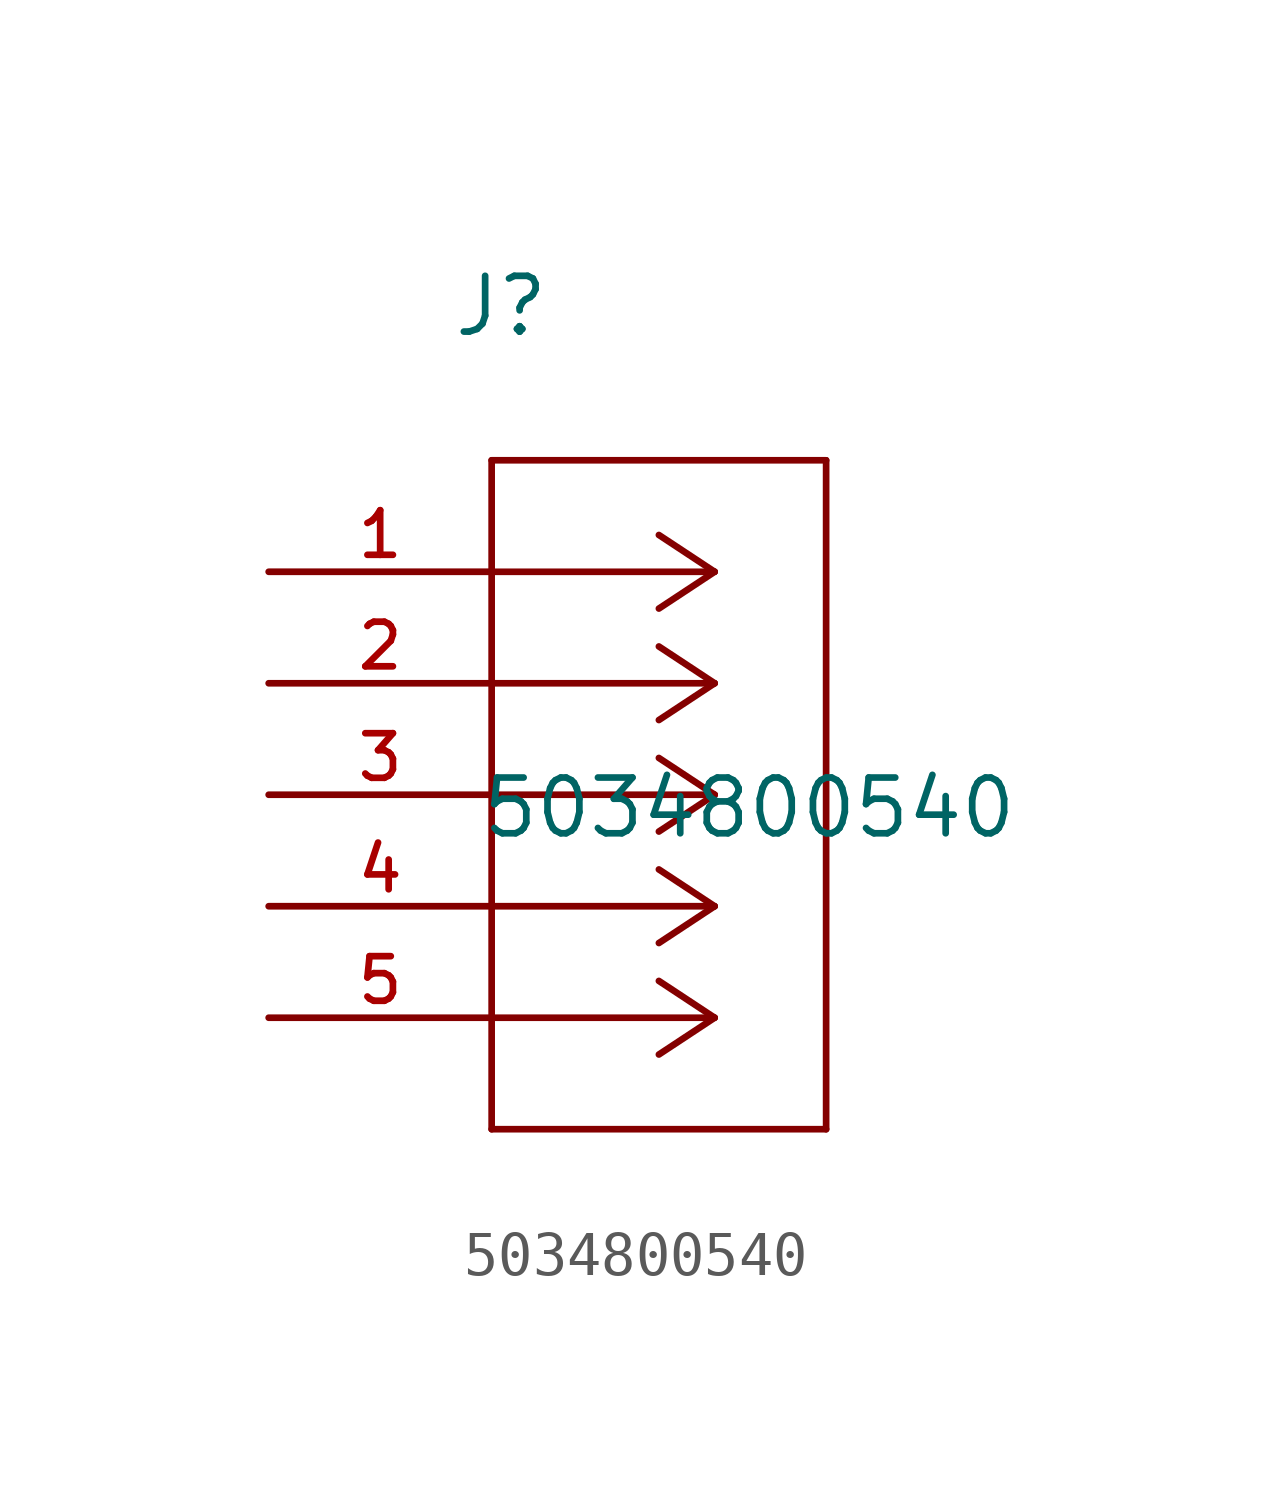
<source format=kicad_sym>
(kicad_symbol_lib
  (version 20211014)
  (generator kicad_symbol_editor)
  (symbol "5034800540"
    (pin_names
      (offset 1.016))
    (property "Reference" "J"
      (at 4.166 5.309 0.0)
      (effects (font (size 1.27 1.27)) (justify bottom left)))
    (property "Value" "5034800540"
      (at 4.801 -6.121 0.0)
      (effects (font (size 1.27 1.27)) (justify bottom left)))
    (symbol "5034800540_0_0"
      (polyline (pts (xy 10.16 0.0) (xy 5.08 0.0)) (stroke (width 0.152)))
      (polyline (pts (xy 10.16 -2.54) (xy 5.08 -2.54)) (stroke (width 0.152)))
      (polyline (pts (xy 10.16 -5.08) (xy 5.08 -5.08)) (stroke (width 0.152)))
      (polyline (pts (xy 10.16 -7.62) (xy 5.08 -7.62)) (stroke (width 0.152)))
      (polyline (pts (xy 10.16 -10.16) (xy 5.08 -10.16)) (stroke (width 0.152)))
      (polyline (pts (xy 10.16 0.0) (xy 8.89 0.838)) (stroke (width 0.152)))
      (polyline (pts (xy 10.16 -2.54) (xy 8.89 -1.702)) (stroke (width 0.152)))
      (polyline (pts (xy 10.16 -5.08) (xy 8.89 -4.242)) (stroke (width 0.152)))
      (polyline (pts (xy 10.16 -7.62) (xy 8.89 -6.782)) (stroke (width 0.152)))
      (polyline (pts (xy 10.16 -10.16) (xy 8.89 -9.322)) (stroke (width 0.152)))
      (polyline (pts (xy 10.16 0.0) (xy 8.89 -0.838)) (stroke (width 0.152)))
      (polyline (pts (xy 10.16 -2.54) (xy 8.89 -3.378)) (stroke (width 0.152)))
      (polyline (pts (xy 10.16 -5.08) (xy 8.89 -5.918)) (stroke (width 0.152)))
      (polyline (pts (xy 10.16 -7.62) (xy 8.89 -8.458)) (stroke (width 0.152)))
      (polyline (pts (xy 10.16 -10.16) (xy 8.89 -10.998)) (stroke (width 0.152)))
      (polyline (pts (xy 5.08 2.54) (xy 5.08 -12.7)) (stroke (width 0.152)))
      (polyline (pts (xy 5.08 -12.7) (xy 12.7 -12.7)) (stroke (width 0.152)))
      (polyline (pts (xy 12.7 -12.7) (xy 12.7 2.54)) (stroke (width 0.152)))
      (polyline (pts (xy 12.7 2.54) (xy 5.08 2.54)) (stroke (width 0.152)))
      (pin passive line (at 0.0 0.0 0) (length 5.08) (name "~" (effects (font (size 1.016 1.016)))) (number "1" (effects (font (size 1.016 1.016)))))
      (pin passive line (at 0.0 -2.54 0) (length 5.08) (name "~" (effects (font (size 1.016 1.016)))) (number "2" (effects (font (size 1.016 1.016)))))
      (pin passive line (at 0.0 -5.08 0) (length 5.08) (name "~" (effects (font (size 1.016 1.016)))) (number "3" (effects (font (size 1.016 1.016)))))
      (pin passive line (at 0.0 -7.62 0) (length 5.08) (name "~" (effects (font (size 1.016 1.016)))) (number "4" (effects (font (size 1.016 1.016)))))
      (pin passive line (at 0.0 -10.16 0) (length 5.08) (name "~" (effects (font (size 1.016 1.016)))) (number "5" (effects (font (size 1.016 1.016))))))))
</source>
